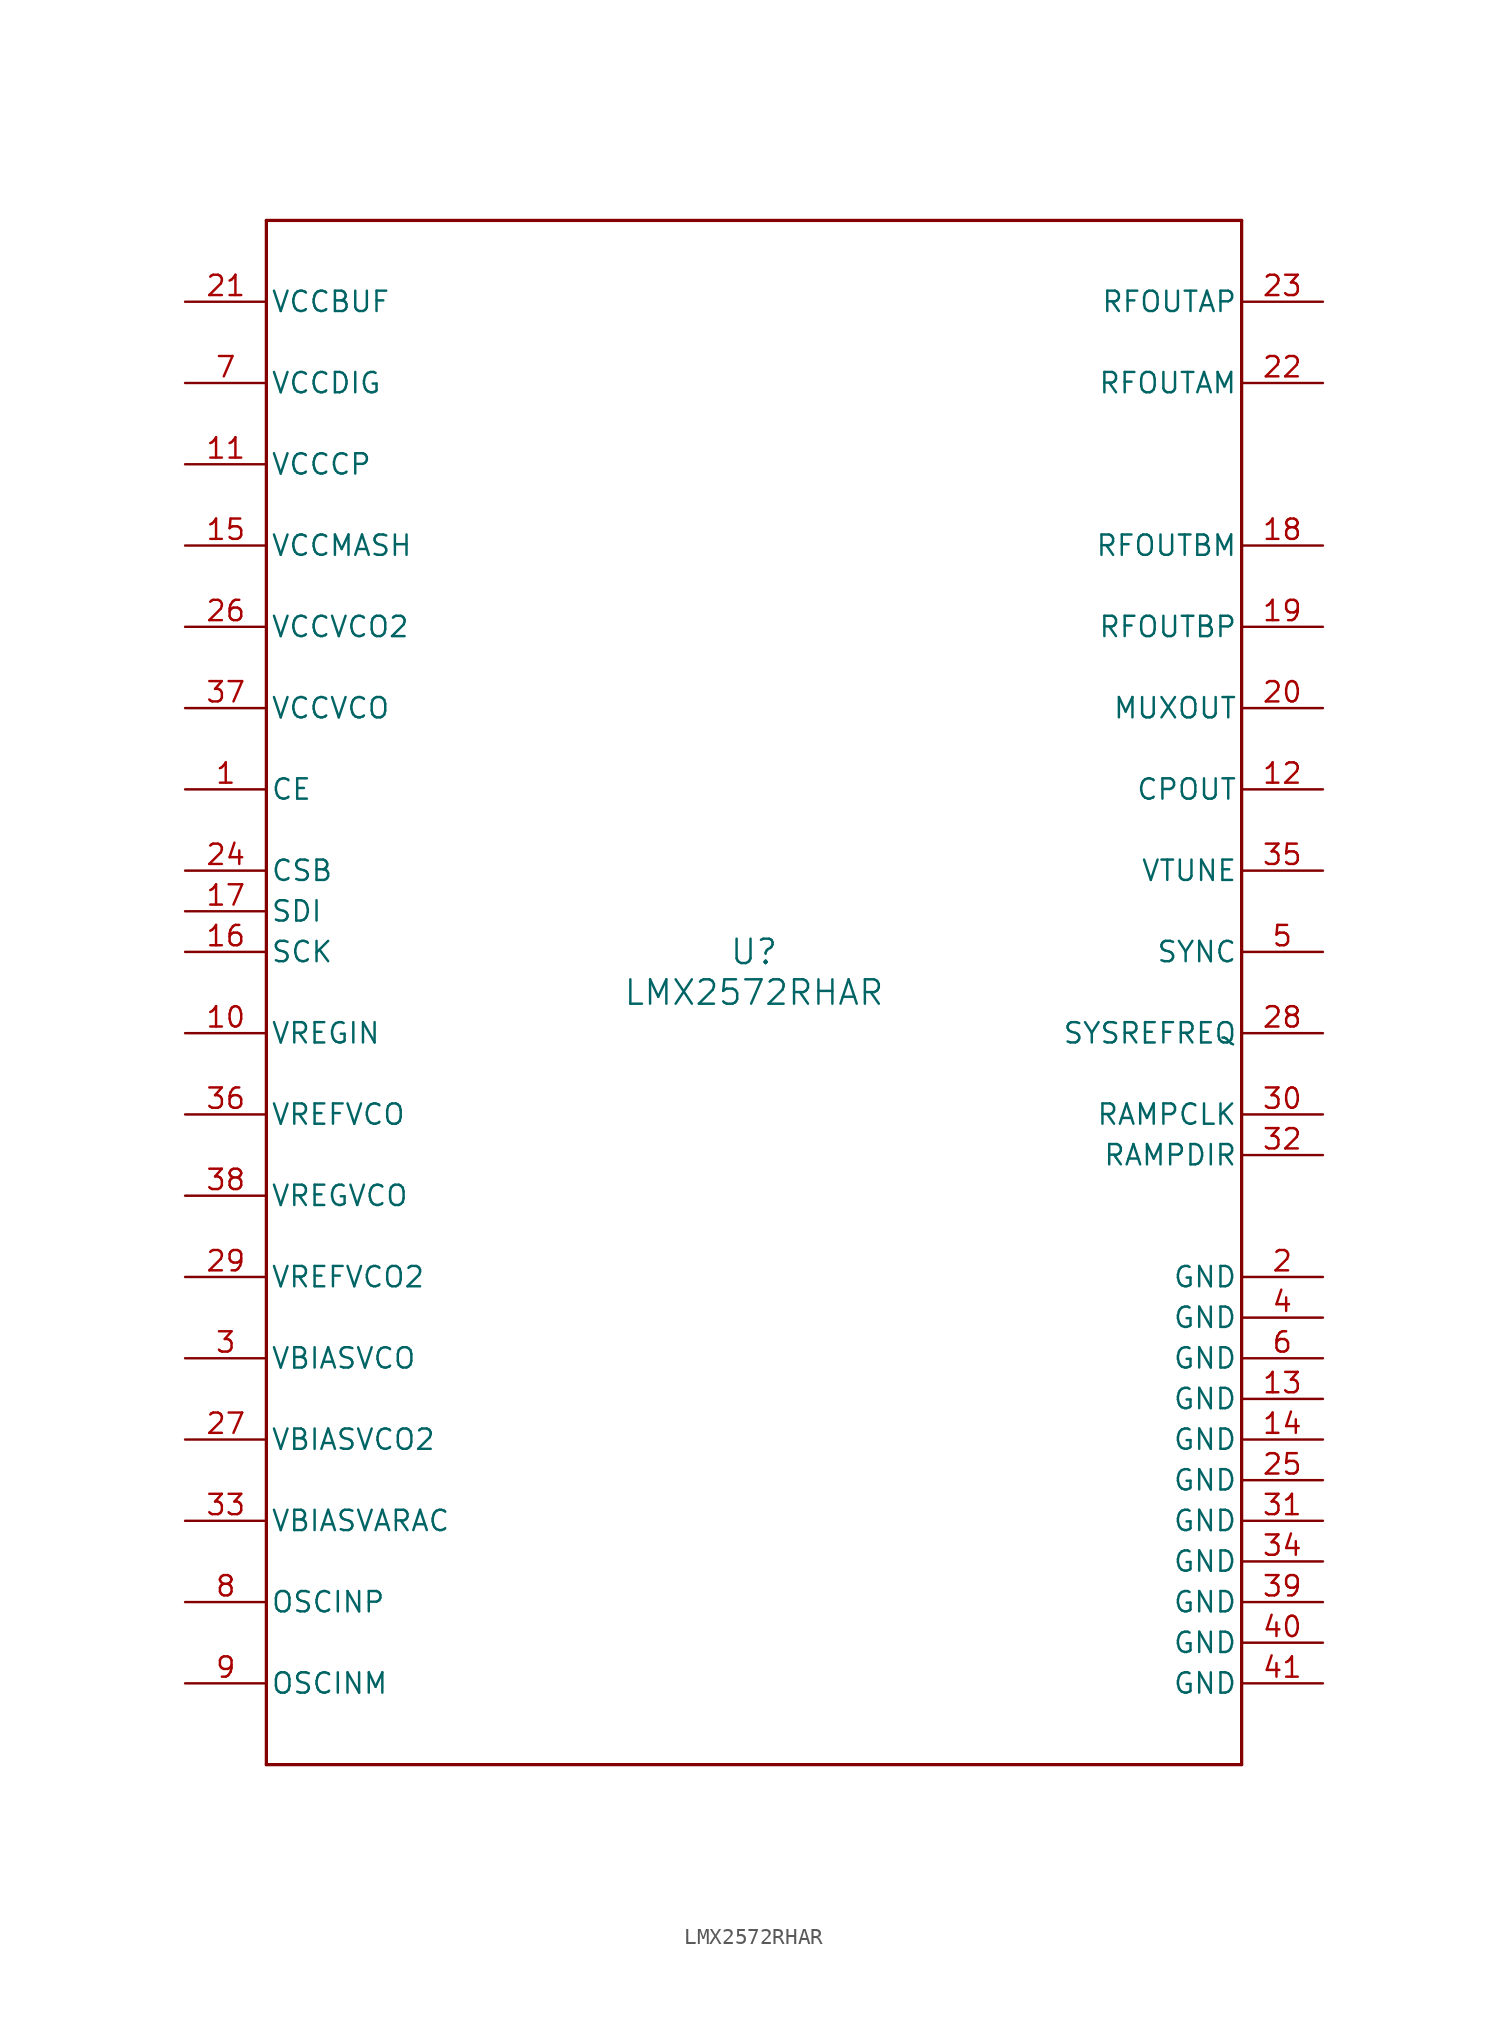
<source format=kicad_sym>
(kicad_symbol_lib
  (version 20211014)
  (generator kicad_symbol_editor)
  (symbol "LMX2572RHAR"
    (pin_names
      (offset 0.254))
    (property "Reference" "U"
      (at 0 2.54 0)
      (effects (font (size 1.524 1.524))))
    (property "Value" "LMX2572RHAR"
      (at 0 0 0)
      (effects (font (size 1.524 1.524))))
    (symbol "LMX2572RHAR_0_1"
      (polyline (pts (xy -30.48 -48.26) (xy 30.48 -48.26)) (stroke (width 0.203) (type default) (color 0 0 0 0)) (fill (type none)))
      (polyline (pts (xy 30.48 -48.26) (xy 30.48 48.26)) (stroke (width 0.203) (type default) (color 0 0 0 0)) (fill (type none)))
      (polyline (pts (xy 30.48 48.26) (xy -30.48 48.26)) (stroke (width 0.203) (type default) (color 0 0 0 0)) (fill (type none)))
      (polyline (pts (xy -30.48 48.26) (xy -30.48 -48.26)) (stroke (width 0.203) (type default) (color 0 0 0 0)) (fill (type none)))
      (pin input line (at -35.56 12.7 0) (length 5.08) (name "CE" (effects (font (size 1.27 1.27)))) (number "1" (effects (font (size 1.27 1.27)))))
      (pin power_in line (at 35.56 -17.78 180) (length 5.08) (name "GND" (effects (font (size 1.27 1.27)))) (number "2" (effects (font (size 1.27 1.27)))))
      (pin power_in line (at -35.56 -22.86 0) (length 5.08) (name "VBIASVCO" (effects (font (size 1.27 1.27)))) (number "3" (effects (font (size 1.27 1.27)))))
      (pin power_in line (at 35.56 -20.32 180) (length 5.08) (name "GND" (effects (font (size 1.27 1.27)))) (number "4" (effects (font (size 1.27 1.27)))))
      (pin input line (at 35.56 2.54 180) (length 5.08) (name "SYNC" (effects (font (size 1.27 1.27)))) (number "5" (effects (font (size 1.27 1.27)))))
      (pin power_in line (at 35.56 -22.86 180) (length 5.08) (name "GND" (effects (font (size 1.27 1.27)))) (number "6" (effects (font (size 1.27 1.27)))))
      (pin power_in line (at -35.56 38.1 0) (length 5.08) (name "VCCDIG" (effects (font (size 1.27 1.27)))) (number "7" (effects (font (size 1.27 1.27)))))
      (pin input line (at -35.56 -38.1 0) (length 5.08) (name "OSCINP" (effects (font (size 1.27 1.27)))) (number "8" (effects (font (size 1.27 1.27)))))
      (pin input line (at -35.56 -43.18 0) (length 5.08) (name "OSCINM" (effects (font (size 1.27 1.27)))) (number "9" (effects (font (size 1.27 1.27)))))
      (pin power_in line (at -35.56 -2.54 0) (length 5.08) (name "VREGIN" (effects (font (size 1.27 1.27)))) (number "10" (effects (font (size 1.27 1.27)))))
      (pin power_in line (at -35.56 33.02 0) (length 5.08) (name "VCCCP" (effects (font (size 1.27 1.27)))) (number "11" (effects (font (size 1.27 1.27)))))
      (pin unspecified line (at 35.56 12.7 180) (length 5.08) (name "CPOUT" (effects (font (size 1.27 1.27)))) (number "12" (effects (font (size 1.27 1.27)))))
      (pin power_in line (at 35.56 -25.4 180) (length 5.08) (name "GND" (effects (font (size 1.27 1.27)))) (number "13" (effects (font (size 1.27 1.27)))))
      (pin power_in line (at 35.56 -27.94 180) (length 5.08) (name "GND" (effects (font (size 1.27 1.27)))) (number "14" (effects (font (size 1.27 1.27)))))
      (pin power_in line (at -35.56 27.94 0) (length 5.08) (name "VCCMASH" (effects (font (size 1.27 1.27)))) (number "15" (effects (font (size 1.27 1.27)))))
      (pin input line (at -35.56 2.54 0) (length 5.08) (name "SCK" (effects (font (size 1.27 1.27)))) (number "16" (effects (font (size 1.27 1.27)))))
      (pin input line (at -35.56 5.08 0) (length 5.08) (name "SDI" (effects (font (size 1.27 1.27)))) (number "17" (effects (font (size 1.27 1.27)))))
      (pin output line (at 35.56 27.94 180) (length 5.08) (name "RFOUTBM" (effects (font (size 1.27 1.27)))) (number "18" (effects (font (size 1.27 1.27)))))
      (pin output line (at 35.56 22.86 180) (length 5.08) (name "RFOUTBP" (effects (font (size 1.27 1.27)))) (number "19" (effects (font (size 1.27 1.27)))))
      (pin output line (at 35.56 17.78 180) (length 5.08) (name "MUXOUT" (effects (font (size 1.27 1.27)))) (number "20" (effects (font (size 1.27 1.27)))))
      (pin power_in line (at -35.56 43.18 0) (length 5.08) (name "VCCBUF" (effects (font (size 1.27 1.27)))) (number "21" (effects (font (size 1.27 1.27)))))
      (pin output line (at 35.56 38.1 180) (length 5.08) (name "RFOUTAM" (effects (font (size 1.27 1.27)))) (number "22" (effects (font (size 1.27 1.27)))))
      (pin output line (at 35.56 43.18 180) (length 5.08) (name "RFOUTAP" (effects (font (size 1.27 1.27)))) (number "23" (effects (font (size 1.27 1.27)))))
      (pin input line (at -35.56 7.62 0) (length 5.08) (name "CSB" (effects (font (size 1.27 1.27)))) (number "24" (effects (font (size 1.27 1.27)))))
      (pin power_in line (at 35.56 -30.48 180) (length 5.08) (name "GND" (effects (font (size 1.27 1.27)))) (number "25" (effects (font (size 1.27 1.27)))))
      (pin power_in line (at -35.56 22.86 0) (length 5.08) (name "VCCVCO2" (effects (font (size 1.27 1.27)))) (number "26" (effects (font (size 1.27 1.27)))))
      (pin power_in line (at -35.56 -27.94 0) (length 5.08) (name "VBIASVCO2" (effects (font (size 1.27 1.27)))) (number "27" (effects (font (size 1.27 1.27)))))
      (pin input line (at 35.56 -2.54 180) (length 5.08) (name "SYSREFREQ" (effects (font (size 1.27 1.27)))) (number "28" (effects (font (size 1.27 1.27)))))
      (pin power_in line (at -35.56 -17.78 0) (length 5.08) (name "VREFVCO2" (effects (font (size 1.27 1.27)))) (number "29" (effects (font (size 1.27 1.27)))))
      (pin input line (at 35.56 -7.62 180) (length 5.08) (name "RAMPCLK" (effects (font (size 1.27 1.27)))) (number "30" (effects (font (size 1.27 1.27)))))
      (pin power_in line (at 35.56 -33.02 180) (length 5.08) (name "GND" (effects (font (size 1.27 1.27)))) (number "31" (effects (font (size 1.27 1.27)))))
      (pin input line (at 35.56 -10.16 180) (length 5.08) (name "RAMPDIR" (effects (font (size 1.27 1.27)))) (number "32" (effects (font (size 1.27 1.27)))))
      (pin power_in line (at -35.56 -33.02 0) (length 5.08) (name "VBIASVARAC" (effects (font (size 1.27 1.27)))) (number "33" (effects (font (size 1.27 1.27)))))
      (pin power_in line (at 35.56 -35.56 180) (length 5.08) (name "GND" (effects (font (size 1.27 1.27)))) (number "34" (effects (font (size 1.27 1.27)))))
      (pin input line (at 35.56 7.62 180) (length 5.08) (name "VTUNE" (effects (font (size 1.27 1.27)))) (number "35" (effects (font (size 1.27 1.27)))))
      (pin power_in line (at -35.56 -7.62 0) (length 5.08) (name "VREFVCO" (effects (font (size 1.27 1.27)))) (number "36" (effects (font (size 1.27 1.27)))))
      (pin power_in line (at -35.56 17.78 0) (length 5.08) (name "VCCVCO" (effects (font (size 1.27 1.27)))) (number "37" (effects (font (size 1.27 1.27)))))
      (pin power_in line (at -35.56 -12.7 0) (length 5.08) (name "VREGVCO" (effects (font (size 1.27 1.27)))) (number "38" (effects (font (size 1.27 1.27)))))
      (pin power_in line (at 35.56 -38.1 180) (length 5.08) (name "GND" (effects (font (size 1.27 1.27)))) (number "39" (effects (font (size 1.27 1.27)))))
      (pin power_in line (at 35.56 -40.64 180) (length 5.08) (name "GND" (effects (font (size 1.27 1.27)))) (number "40" (effects (font (size 1.27 1.27)))))
      (pin power_in line (at 35.56 -43.18 180) (length 5.08) (name "GND" (effects (font (size 1.27 1.27)))) (number "41" (effects (font (size 1.27 1.27))))))))
</source>
